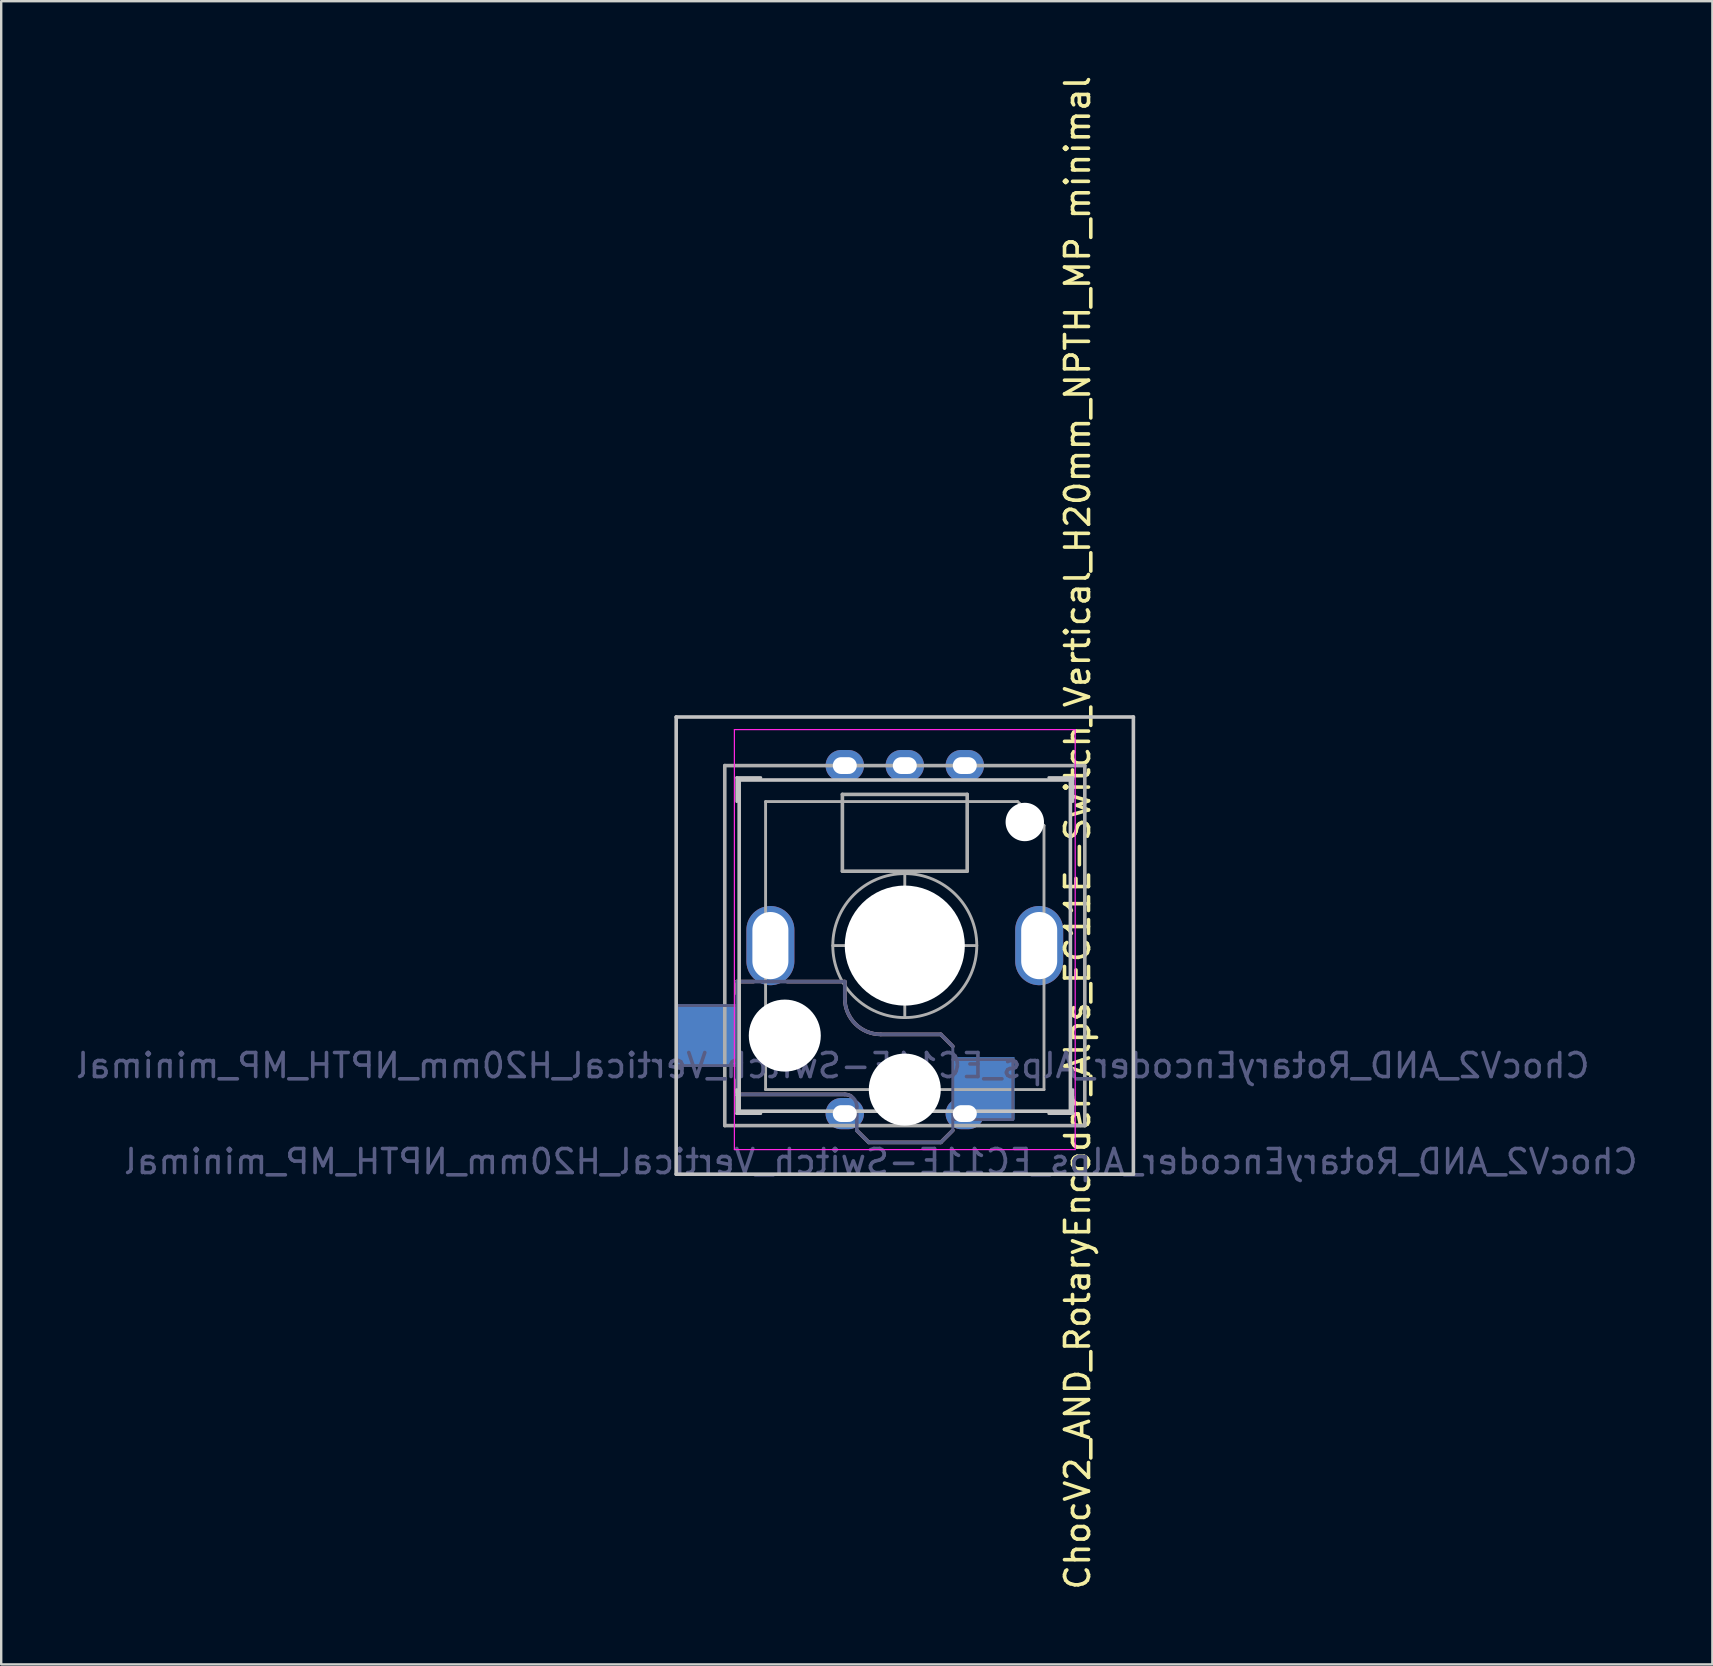
<source format=kicad_pcb>
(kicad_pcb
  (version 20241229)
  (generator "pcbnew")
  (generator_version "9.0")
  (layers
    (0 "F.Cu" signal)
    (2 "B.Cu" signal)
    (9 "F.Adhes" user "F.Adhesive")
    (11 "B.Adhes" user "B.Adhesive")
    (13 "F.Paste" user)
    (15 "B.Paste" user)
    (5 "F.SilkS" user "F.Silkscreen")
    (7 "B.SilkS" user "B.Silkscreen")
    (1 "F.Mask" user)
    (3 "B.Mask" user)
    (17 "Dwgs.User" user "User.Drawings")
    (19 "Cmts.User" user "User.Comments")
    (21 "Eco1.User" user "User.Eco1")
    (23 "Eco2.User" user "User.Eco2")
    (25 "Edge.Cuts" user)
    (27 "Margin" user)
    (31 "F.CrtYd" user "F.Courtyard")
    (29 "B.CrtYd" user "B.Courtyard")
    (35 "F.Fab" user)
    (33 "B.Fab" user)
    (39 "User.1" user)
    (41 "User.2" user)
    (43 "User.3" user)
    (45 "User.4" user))
  (footprint "ChocV2_AND_RotaryEncoder_Alps_EC11E-Switch_Vertical_H20mm_NPTH_MP_minimal"
    (layer "F.Cu")
    (at 34.649 36.349)
    (property "Reference" "ChocV2_AND_RotaryEncoder_Alps_EC11E-Switch_Vertical_H20mm_NPTH_MP_minimal" (at 7.2 -4.7 270) (layer "F.SilkS") (effects (font (size 1 1) (thickness 0.15))))
    (property "Value" "ChocV2_AND_RotaryEncoder_Alps_EC11E-Switch_Vertical_H20mm_NPTH_MP_minimal" (at 0 9.5 0) (layer "F.Fab") (hide yes) (effects (font (size 1 1) (thickness 0.15))))
    (attr through_hole)
    (fp_line (start -7 1.5) (end -7 2) (stroke (width 0.15) (type solid)) (layer "B.SilkS"))
    (fp_line (start -7 5.6) (end -7 6.2) (stroke (width 0.15) (type solid)) (layer "B.SilkS"))
    (fp_line (start -7 6.2) (end -2.5 6.2) (stroke (width 0.15) (type solid)) (layer "B.SilkS"))
    (fp_line (start -6.3 1.5) (end -7 1.5) (stroke (width 0.15) (type solid)) (layer "B.SilkS"))
    (fp_line (start -2.5 1.5) (end -4.9 1.5) (stroke (width 0.15) (type solid)) (layer "B.SilkS"))
    (fp_line (start -2.5 2.2) (end -2.5 1.5) (stroke (width 0.15) (type solid)) (layer "B.SilkS"))
    (fp_line (start -1.5 8.2) (end -2 7.7) (stroke (width 0.15) (type solid)) (layer "B.SilkS"))
    (fp_line (start 1.5 3.7) (end -1 3.7) (stroke (width 0.15) (type solid)) (layer "B.SilkS"))
    (fp_line (start 1.5 8.2) (end -1.5 8.2) (stroke (width 0.15) (type solid)) (layer "B.SilkS"))
    (fp_line (start 2 4.2) (end 1.5 3.7) (stroke (width 0.15) (type solid)) (layer "B.SilkS"))
    (fp_line (start 2 7.7) (end 1.5 8.2) (stroke (width 0.15) (type solid)) (layer "B.SilkS"))
    (fp_arc (start -2.5 6.2) (mid -2.356021 6.221845) (end -2.225 6.285412) (stroke (width 0.15) (type solid)) (layer "B.SilkS"))
    (fp_arc (start -1 3.7) (mid -2.06066 3.26066) (end -2.5 2.2) (stroke (width 0.15) (type solid)) (layer "B.SilkS"))
    (fp_line (start -9.525 -9.525) (end 9.525 -9.525) (stroke (width 0.15) (type solid)) (layer "Dwgs.User"))
    (fp_line (start -9.525 9.525) (end -9.525 -9.525) (stroke (width 0.15) (type solid)) (layer "Dwgs.User"))
    (fp_line (start -7 -7) (end -7 -6) (stroke (width 0.12) (type solid)) (layer "Dwgs.User"))
    (fp_line (start -7 -7) (end -6 -7) (stroke (width 0.12) (type solid)) (layer "Dwgs.User"))
    (fp_line (start -7 7) (end -7 6) (stroke (width 0.12) (type solid)) (layer "Dwgs.User"))
    (fp_line (start -7 7) (end -6 7) (stroke (width 0.12) (type solid)) (layer "Dwgs.User"))
    (fp_line (start -6.9 6.9) (end -6.9 -6.9) (stroke (width 0.15) (type solid)) (layer "Dwgs.User"))
    (fp_line (start -6.9 6.9) (end 6.9 6.9) (stroke (width 0.15) (type solid)) (layer "Dwgs.User"))
    (fp_line (start 6.9 -6.9) (end -6.9 -6.9) (stroke (width 0.15) (type solid)) (layer "Dwgs.User"))
    (fp_line (start 6.9 -6.9) (end 6.9 6.9) (stroke (width 0.15) (type solid)) (layer "Dwgs.User"))
    (fp_line (start 7 -7) (end 6 -7) (stroke (width 0.12) (type solid)) (layer "Dwgs.User"))
    (fp_line (start 7 -7) (end 7 -6) (stroke (width 0.12) (type solid)) (layer "Dwgs.User"))
    (fp_line (start 7 7) (end 6 7) (stroke (width 0.12) (type solid)) (layer "Dwgs.User"))
    (fp_line (start 7 7) (end 7 6) (stroke (width 0.12) (type solid)) (layer "Dwgs.User"))
    (fp_line (start 9.525 -9.525) (end 9.525 9.525) (stroke (width 0.15) (type solid)) (layer "Dwgs.User"))
    (fp_line (start 9.525 9.525) (end -9.525 9.525) (stroke (width 0.15) (type solid)) (layer "Dwgs.User"))
    (fp_line (start -7.1 8.5) (end -7.1 -9) (stroke (width 0.05) (type solid)) (layer "F.CrtYd"))
    (fp_line (start -7.1 8.5) (end 7.1 8.5) (stroke (width 0.05) (type solid)) (layer "F.CrtYd"))
    (fp_line (start 7.1 -9) (end -7.1 -9) (stroke (width 0.05) (type solid)) (layer "F.CrtYd"))
    (fp_line (start 7.1 -9) (end 7.1 8.5) (stroke (width 0.05) (type solid)) (layer "F.CrtYd"))
    (fp_line (start -9.5 2.5) (end -7 2.5) (stroke (width 0.12) (type solid)) (layer "B.Fab"))
    (fp_line (start -9.5 5) (end -9.5 2.5) (stroke (width 0.12) (type solid)) (layer "B.Fab"))
    (fp_line (start -7 1.5) (end -7 6.2) (stroke (width 0.12) (type solid)) (layer "B.Fab"))
    (fp_line (start -7 5) (end -9.5 5) (stroke (width 0.12) (type solid)) (layer "B.Fab"))
    (fp_line (start -7 6.2) (end -2.5 6.2) (stroke (width 0.15) (type solid)) (layer "B.Fab"))
    (fp_line (start -2.5 1.5) (end -7 1.5) (stroke (width 0.15) (type solid)) (layer "B.Fab"))
    (fp_line (start -2.5 2.2) (end -2.5 1.5) (stroke (width 0.15) (type solid)) (layer "B.Fab"))
    (fp_line (start -2 6.7) (end -2 7.7) (stroke (width 0.15) (type solid)) (layer "B.Fab"))
    (fp_line (start -1.5 8.2) (end -2 7.7) (stroke (width 0.15) (type solid)) (layer "B.Fab"))
    (fp_line (start 1.5 3.7) (end -1 3.7) (stroke (width 0.15) (type solid)) (layer "B.Fab"))
    (fp_line (start 1.5 8.2) (end -1.5 8.2) (stroke (width 0.15) (type solid)) (layer "B.Fab"))
    (fp_line (start 2 4.2) (end 1.5 3.7) (stroke (width 0.15) (type solid)) (layer "B.Fab"))
    (fp_line (start 2 4.25) (end 2 7.7) (stroke (width 0.12) (type solid)) (layer "B.Fab"))
    (fp_line (start 2 4.75) (end 4.5 4.75) (stroke (width 0.12) (type solid)) (layer "B.Fab"))
    (fp_line (start 2 7.7) (end 1.5 8.2) (stroke (width 0.15) (type solid)) (layer "B.Fab"))
    (fp_line (start 4.5 4.75) (end 4.5 7.25) (stroke (width 0.12) (type solid)) (layer "B.Fab"))
    (fp_line (start 4.5 7.25) (end 2 7.25) (stroke (width 0.12) (type solid)) (layer "B.Fab"))
    (fp_arc (start -2.5 6.2) (mid -2.146447 6.346447) (end -2 6.7) (stroke (width 0.15) (type solid)) (layer "B.Fab"))
    (fp_arc (start -1 3.7) (mid -2.06066 3.26066) (end -2.5 2.2) (stroke (width 0.15) (type solid)) (layer "B.Fab"))
    (fp_line (start -7.5 -7.5) (end 7.5 -7.5) (stroke (width 0.15) (type solid)) (layer "F.Fab"))
    (fp_line (start -7.5 7.5) (end -7.5 -7.5) (stroke (width 0.15) (type solid)) (layer "F.Fab"))
    (fp_line (start -5.8 -6) (end 4.7 -6) (stroke (width 0.12) (type solid)) (layer "F.Fab"))
    (fp_line (start -5.8 6) (end -5.8 -6) (stroke (width 0.12) (type solid)) (layer "F.Fab"))
    (fp_line (start -2.6 -3.1) (end -2.6 -6.3) (stroke (width 0.15) (type solid)) (layer "F.Fab"))
    (fp_line (start -2.6 -3.1) (end 2.6 -3.1) (stroke (width 0.15) (type solid)) (layer "F.Fab"))
    (fp_line (start 0 -3) (end 0 3) (stroke (width 0.12) (type solid)) (layer "F.Fab"))
    (fp_line (start 2.6 -6.3) (end -2.6 -6.3) (stroke (width 0.15) (type solid)) (layer "F.Fab"))
    (fp_line (start 2.6 -3.1) (end 2.6 -6.3) (stroke (width 0.15) (type solid)) (layer "F.Fab"))
    (fp_line (start 3 0) (end -3 0) (stroke (width 0.12) (type solid)) (layer "F.Fab"))
    (fp_line (start 4.7 -6) (end 5.8 -5) (stroke (width 0.12) (type solid)) (layer "F.Fab"))
    (fp_line (start 5.8 -5) (end 5.8 6) (stroke (width 0.12) (type solid)) (layer "F.Fab"))
    (fp_line (start 5.8 6) (end -5.8 6) (stroke (width 0.12) (type solid)) (layer "F.Fab"))
    (fp_line (start 7.5 -7.5) (end 7.5 7.5) (stroke (width 0.15) (type solid)) (layer "F.Fab"))
    (fp_line (start 7.5 7.5) (end -7.5 7.5) (stroke (width 0.15) (type solid)) (layer "F.Fab"))
    (fp_circle (center 0 0) (end 0 3) (stroke (width 0.12) (type solid)) (fill no) (layer "F.Fab"))
    (fp_text user "${REFERENCE}" (at -3 5 0) (layer "B.Fab") (effects (font (size 1 1) (thickness 0.15)) (justify mirror)))
    (fp_text user "${VALUE}" (at -1 9 0) (layer "B.Fab") (effects (font (size 1 1) (thickness 0.15)) (justify mirror)))
    (pad "" thru_hole oval (at -5.6 0 270) (size 3.3 2) (drill oval 2.8 1.5) (layers "*.Cu" "*.Mask"))
    (pad "" np_thru_hole circle (at -5 3.75) (size 3 3) (drill 3) (layers "*.Cu" "*.Mask"))
    (pad "" np_thru_hole circle (at 0 0) (size 5 5) (drill 5) (layers "*.Cu" "*.Mask"))
    (pad "" np_thru_hole circle (at 0 6) (size 3 3) (drill 3) (layers "*.Cu" "*.Mask"))
    (pad "" np_thru_hole circle (at 5 -5.15) (size 1.6 1.6) (drill 1.6) (layers "*.Cu" "*.Mask"))
    (pad "" thru_hole oval (at 5.6 0 270) (size 3.3 2) (drill oval 2.8 1.5) (layers "*.Cu" "*.Mask"))
    (pad "A" thru_hole oval (at 2.5 -7.5) (size 1.6 1.3) (drill oval 1 0.7) (layers "*.Cu" "*.Mask"))
    (pad "B" thru_hole oval (at -2.5 -7.5) (size 1.6 1.3) (drill oval 1 0.7) (layers "*.Cu" "*.Mask"))
    (pad "C" thru_hole oval (at 0 -7.5) (size 1.6 1.3) (drill oval 1 0.7) (layers "*.Cu" "*.Mask"))
    (pad "S1" thru_hole oval (at 2.5 7) (size 1.6 1.3) (drill oval 1 0.7) (layers "*.Cu" "*.Mask"))
    (pad "S1" smd rect (at 3.275 5.95) (size 2.6 2.6) (layers "B.Cu" "B.Mask" "B.Paste"))
    (pad "S2" smd rect (at -8.275 3.75) (size 2.6 2.6) (layers "B.Cu" "B.Mask" "B.Paste"))
    (pad "S2" thru_hole oval (at -2.5 7) (size 1.6 1.3) (drill oval 1 0.7) (layers "*.Cu" "*.Mask")))
  (gr_rect
    (start -3 -3)
    (end 68.298 66.298)
    (stroke (width 0.1) (type default))
    (fill no)
    (layer "Edge.Cuts")))
</source>
